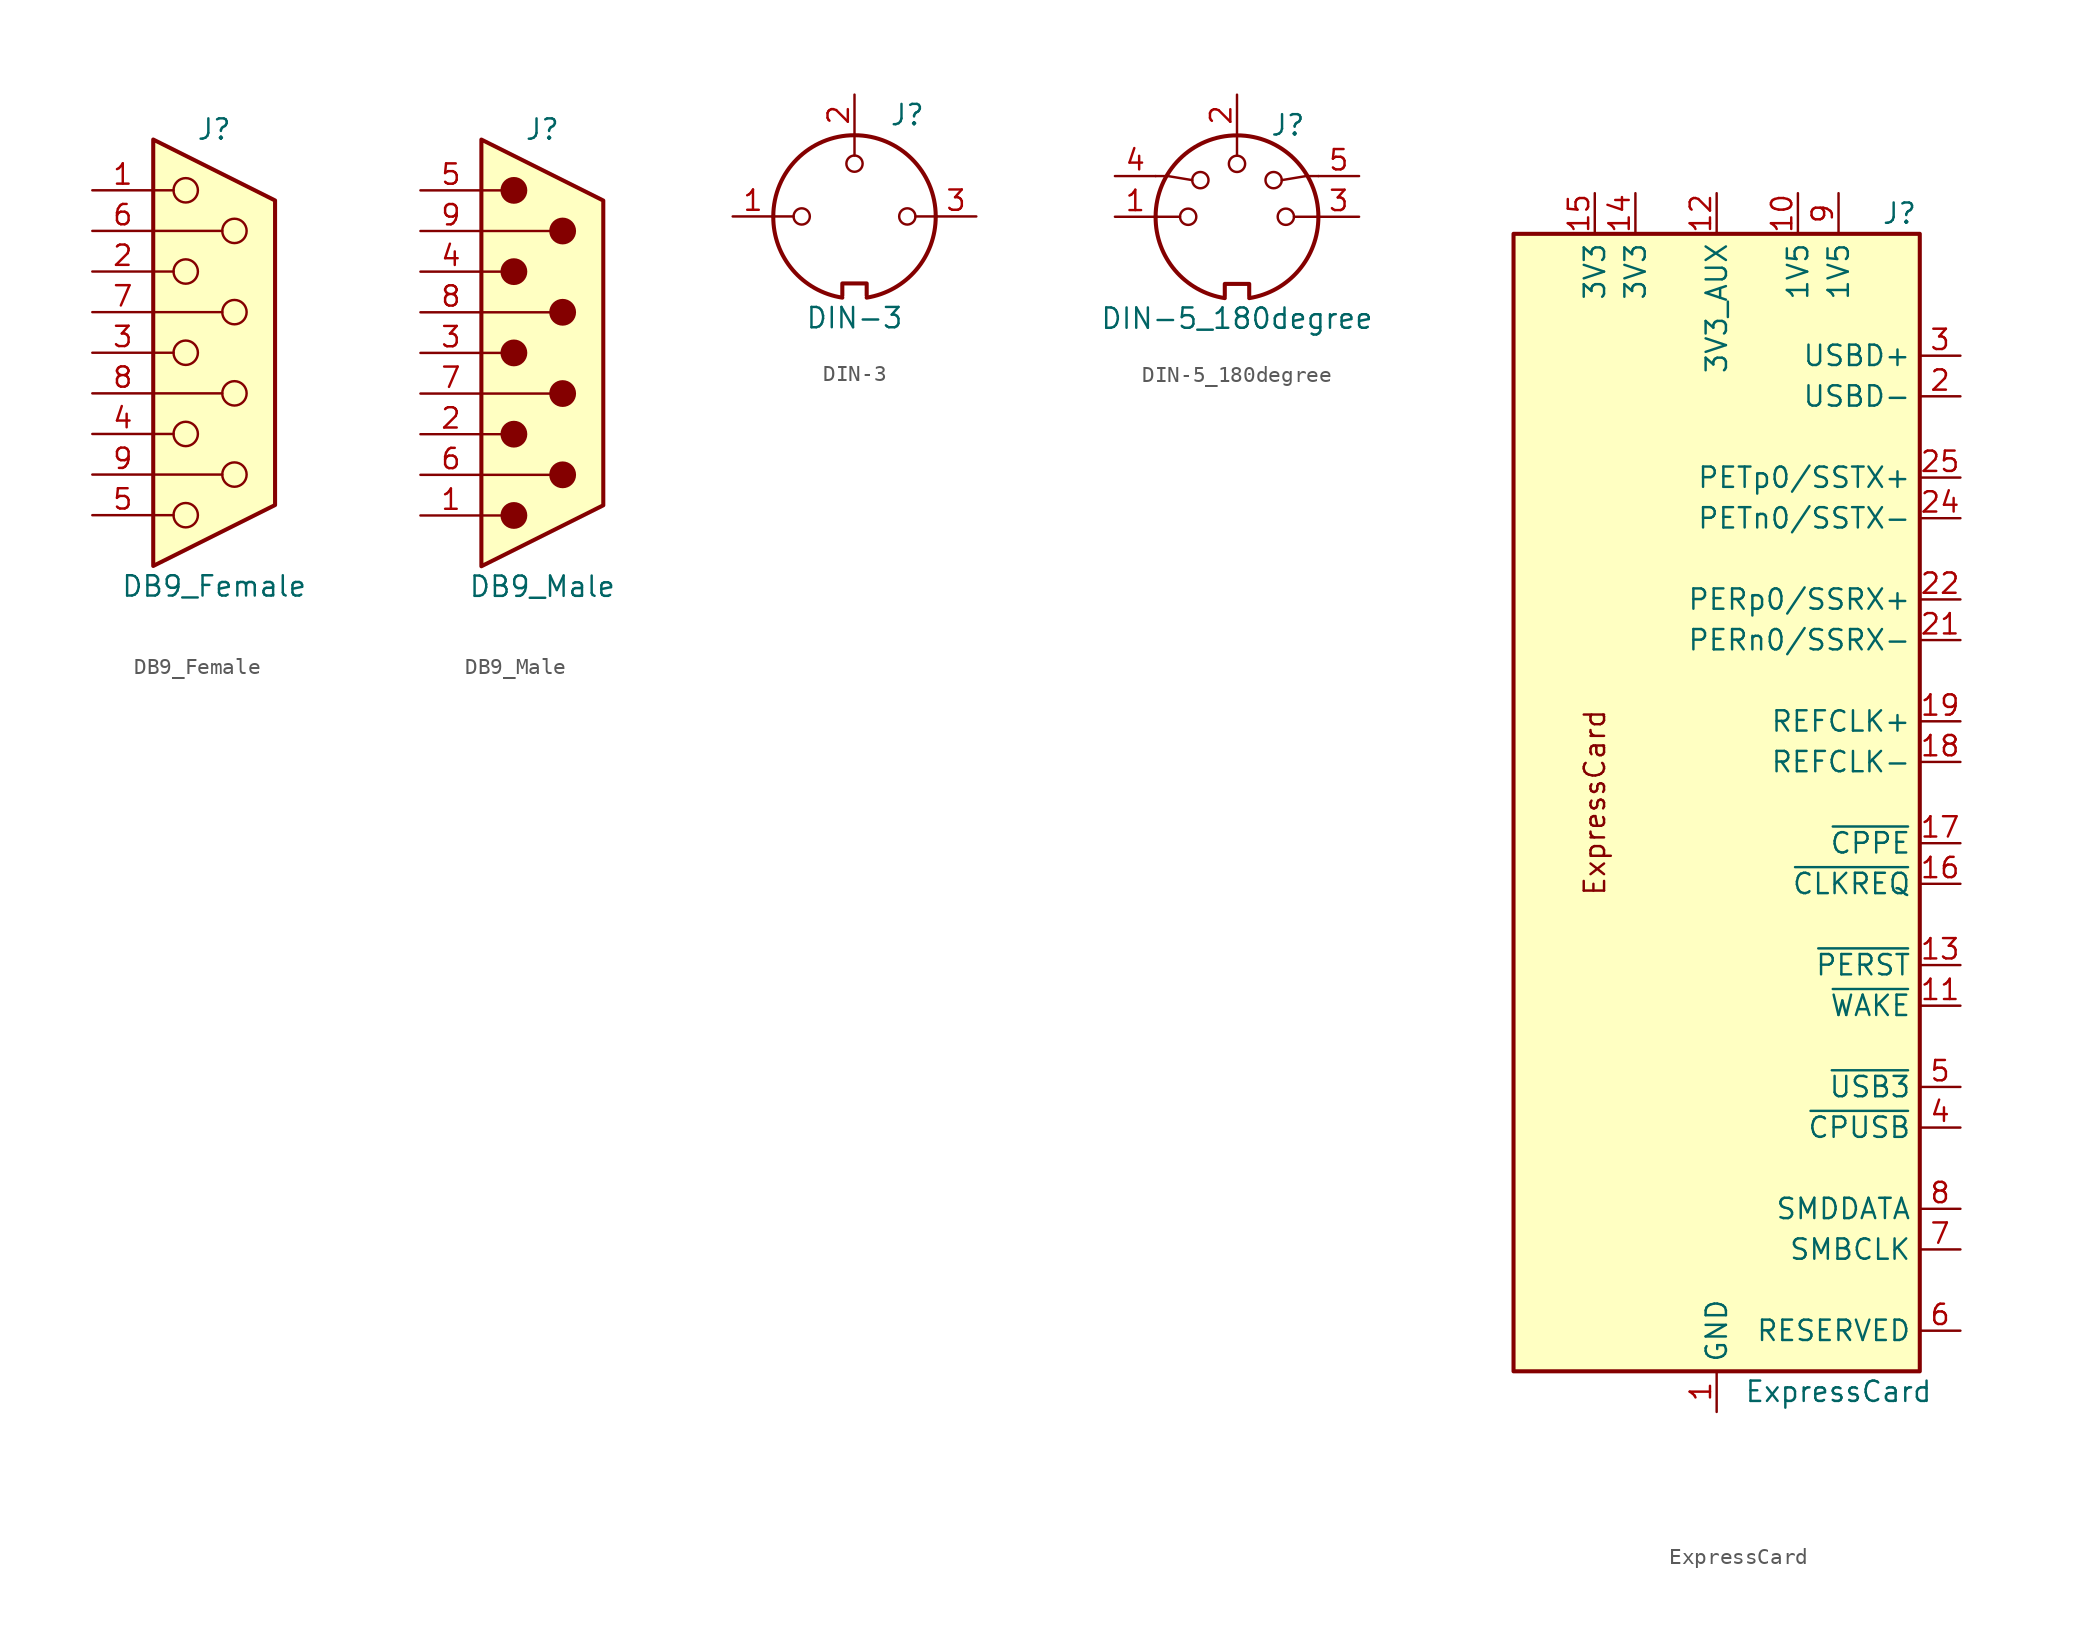
<source format=kicad_sym>
(kicad_symbol_lib
  (version 20201005)
  (generator kicad_symbol_editor)
  (symbol "DB9_Female"
    (pin_names
      (offset 1.016) hide)
    (property "Reference" "J"
      (at 0 13.97 0)
      (effects (font (size 1.27 1.27))))
    (property "Value" "DB9_Female"
      (at 0 -14.605 0)
      (effects (font (size 1.27 1.27))))
    (symbol "DB9_Female_0_1"
      (circle (center -1.778 -10.16) (radius 0.762) (stroke (width 0)) (fill (type none)))
      (circle (center -1.778 -5.08) (radius 0.762) (stroke (width 0)) (fill (type none)))
      (circle (center -1.778 0) (radius 0.762) (stroke (width 0)) (fill (type none)))
      (circle (center -1.778 5.08) (radius 0.762) (stroke (width 0)) (fill (type none)))
      (circle (center -1.778 10.16) (radius 0.762) (stroke (width 0)) (fill (type none)))
      (circle (center 1.27 -7.62) (radius 0.762) (stroke (width 0)) (fill (type none)))
      (circle (center 1.27 -2.54) (radius 0.762) (stroke (width 0)) (fill (type none)))
      (circle (center 1.27 2.54) (radius 0.762) (stroke (width 0)) (fill (type none)))
      (circle (center 1.27 7.62) (radius 0.762) (stroke (width 0)) (fill (type none)))
      (polyline (pts (xy -3.81 -10.16) (xy -2.54 -10.16)) (stroke (width 0)) (fill (type none)))
      (polyline (pts (xy -3.81 -7.62) (xy 0.508 -7.62)) (stroke (width 0)) (fill (type none)))
      (polyline (pts (xy -3.81 -5.08) (xy -2.54 -5.08)) (stroke (width 0)) (fill (type none)))
      (polyline (pts (xy -3.81 -2.54) (xy 0.508 -2.54)) (stroke (width 0)) (fill (type none)))
      (polyline (pts (xy -3.81 0) (xy -2.54 0)) (stroke (width 0)) (fill (type none)))
      (polyline (pts (xy -3.81 2.54) (xy 0.508 2.54)) (stroke (width 0)) (fill (type none)))
      (polyline (pts (xy -3.81 5.08) (xy -2.54 5.08)) (stroke (width 0)) (fill (type none)))
      (polyline (pts (xy -3.81 7.62) (xy 0.508 7.62)) (stroke (width 0)) (fill (type none)))
      (polyline (pts (xy -3.81 10.16) (xy -2.54 10.16)) (stroke (width 0)) (fill (type none)))
      (polyline (pts (xy -3.81 13.335) (xy -3.81 -13.335) (xy 3.81 -9.525) (xy 3.81 9.525) (xy -3.81 13.335)) (stroke (width 0.254)) (fill (type background))))
    (symbol "DB9_Female_1_1"
      (pin passive line (at -7.62 10.16 0) (length 3.81) (name "1" (effects (font (size 1.27 1.27)))) (number "1" (effects (font (size 1.27 1.27)))))
      (pin passive line (at -7.62 5.08 0) (length 3.81) (name "2" (effects (font (size 1.27 1.27)))) (number "2" (effects (font (size 1.27 1.27)))))
      (pin passive line (at -7.62 0 0) (length 3.81) (name "3" (effects (font (size 1.27 1.27)))) (number "3" (effects (font (size 1.27 1.27)))))
      (pin passive line (at -7.62 -5.08 0) (length 3.81) (name "4" (effects (font (size 1.27 1.27)))) (number "4" (effects (font (size 1.27 1.27)))))
      (pin passive line (at -7.62 -10.16 0) (length 3.81) (name "5" (effects (font (size 1.27 1.27)))) (number "5" (effects (font (size 1.27 1.27)))))
      (pin passive line (at -7.62 7.62 0) (length 3.81) (name "6" (effects (font (size 1.27 1.27)))) (number "6" (effects (font (size 1.27 1.27)))))
      (pin passive line (at -7.62 2.54 0) (length 3.81) (name "7" (effects (font (size 1.27 1.27)))) (number "7" (effects (font (size 1.27 1.27)))))
      (pin passive line (at -7.62 -2.54 0) (length 3.81) (name "8" (effects (font (size 1.27 1.27)))) (number "8" (effects (font (size 1.27 1.27)))))
      (pin passive line (at -7.62 -7.62 0) (length 3.81) (name "9" (effects (font (size 1.27 1.27)))) (number "9" (effects (font (size 1.27 1.27)))))))
  (symbol "DB9_Male"
    (pin_names
      (offset 1.016) hide)
    (property "Reference" "J"
      (at 0 13.97 0)
      (effects (font (size 1.27 1.27))))
    (property "Value" "DB9_Male"
      (at 0 -14.605 0)
      (effects (font (size 1.27 1.27))))
    (symbol "DB9_Male_0_1"
      (circle (center -1.778 -10.16) (radius 0.762) (stroke (width 0)) (fill (type outline)))
      (circle (center -1.778 -5.08) (radius 0.762) (stroke (width 0)) (fill (type outline)))
      (circle (center -1.778 0) (radius 0.762) (stroke (width 0)) (fill (type outline)))
      (circle (center -1.778 5.08) (radius 0.762) (stroke (width 0)) (fill (type outline)))
      (circle (center -1.778 10.16) (radius 0.762) (stroke (width 0)) (fill (type outline)))
      (circle (center 1.27 -7.62) (radius 0.762) (stroke (width 0)) (fill (type outline)))
      (circle (center 1.27 -2.54) (radius 0.762) (stroke (width 0)) (fill (type outline)))
      (circle (center 1.27 2.54) (radius 0.762) (stroke (width 0)) (fill (type outline)))
      (circle (center 1.27 7.62) (radius 0.762) (stroke (width 0)) (fill (type outline)))
      (polyline (pts (xy -3.81 -10.16) (xy -2.54 -10.16)) (stroke (width 0)) (fill (type none)))
      (polyline (pts (xy -3.81 -7.62) (xy 0.508 -7.62)) (stroke (width 0)) (fill (type none)))
      (polyline (pts (xy -3.81 -5.08) (xy -2.54 -5.08)) (stroke (width 0)) (fill (type none)))
      (polyline (pts (xy -3.81 -2.54) (xy 0.508 -2.54)) (stroke (width 0)) (fill (type none)))
      (polyline (pts (xy -3.81 0) (xy -2.54 0)) (stroke (width 0)) (fill (type none)))
      (polyline (pts (xy -3.81 2.54) (xy 0.508 2.54)) (stroke (width 0)) (fill (type none)))
      (polyline (pts (xy -3.81 5.08) (xy -2.54 5.08)) (stroke (width 0)) (fill (type none)))
      (polyline (pts (xy -3.81 7.62) (xy 0.508 7.62)) (stroke (width 0)) (fill (type none)))
      (polyline (pts (xy -3.81 10.16) (xy -2.54 10.16)) (stroke (width 0)) (fill (type none)))
      (polyline (pts (xy -3.81 -13.335) (xy -3.81 13.335) (xy 3.81 9.525) (xy 3.81 -9.525) (xy -3.81 -13.335)) (stroke (width 0.254)) (fill (type background))))
    (symbol "DB9_Male_1_1"
      (pin passive line (at -7.62 -10.16 0) (length 3.81) (name "1" (effects (font (size 1.27 1.27)))) (number "1" (effects (font (size 1.27 1.27)))))
      (pin passive line (at -7.62 -5.08 0) (length 3.81) (name "2" (effects (font (size 1.27 1.27)))) (number "2" (effects (font (size 1.27 1.27)))))
      (pin passive line (at -7.62 0 0) (length 3.81) (name "3" (effects (font (size 1.27 1.27)))) (number "3" (effects (font (size 1.27 1.27)))))
      (pin passive line (at -7.62 5.08 0) (length 3.81) (name "4" (effects (font (size 1.27 1.27)))) (number "4" (effects (font (size 1.27 1.27)))))
      (pin passive line (at -7.62 10.16 0) (length 3.81) (name "5" (effects (font (size 1.27 1.27)))) (number "5" (effects (font (size 1.27 1.27)))))
      (pin passive line (at -7.62 -7.62 0) (length 3.81) (name "6" (effects (font (size 1.27 1.27)))) (number "6" (effects (font (size 1.27 1.27)))))
      (pin passive line (at -7.62 -2.54 0) (length 3.81) (name "7" (effects (font (size 1.27 1.27)))) (number "7" (effects (font (size 1.27 1.27)))))
      (pin passive line (at -7.62 2.54 0) (length 3.81) (name "8" (effects (font (size 1.27 1.27)))) (number "8" (effects (font (size 1.27 1.27)))))
      (pin passive line (at -7.62 7.62 0) (length 3.81) (name "9" (effects (font (size 1.27 1.27)))) (number "9" (effects (font (size 1.27 1.27)))))))
  (symbol "DIN-3"
    (pin_names
      (offset 1.016))
    (property "Reference" "J"
      (at 3.302 6.35 0)
      (effects (font (size 1.27 1.27))))
    (property "Value" "DIN-3"
      (at 0 -6.35 0)
      (effects (font (size 1.27 1.27))))
    (symbol "DIN-3_0_1"
      (arc (start 0.762 -5.08) (end 5.08 0) (radius (at -0.0254 -0.0254) (length 5.1054) (angles -81.1 0.3)) (stroke (width 0.254)) (fill (type none)))
      (arc (start 5.08 0) (end -5.08 0) (radius (at 0 0) (length 5.08) (angles 0.1 179.9)) (stroke (width 0.254)) (fill (type none)))
      (arc (start -5.08 0) (end -0.762 -5.08) (radius (at 0.0254 -0.0254) (length 5.1054) (angles 179.7 -98.9)) (stroke (width 0.254)) (fill (type none)))
      (circle (center -3.302 0) (radius 0.508) (stroke (width 0)) (fill (type none)))
      (circle (center 0 3.302) (radius 0.508) (stroke (width 0)) (fill (type none)))
      (circle (center 3.302 0) (radius 0.508) (stroke (width 0)) (fill (type none)))
      (polyline (pts (xy -3.81 0) (xy -5.08 0)) (stroke (width 0)) (fill (type none)))
      (polyline (pts (xy 0 3.81) (xy 0 5.08)) (stroke (width 0)) (fill (type none)))
      (polyline (pts (xy 5.08 0) (xy 3.81 0)) (stroke (width 0)) (fill (type none)))
      (polyline (pts (xy -0.762 -4.953) (xy -0.762 -4.191) (xy 0.762 -4.191) (xy 0.762 -4.953)) (stroke (width 0.254)) (fill (type none))))
    (symbol "DIN-3_1_1"
      (pin passive line (at -7.62 0 0) (length 2.54) (name "~" (effects (font (size 1.27 1.27)))) (number "1" (effects (font (size 1.27 1.27)))))
      (pin passive line (at 0 7.62 270) (length 2.54) (name "~" (effects (font (size 1.27 1.27)))) (number "2" (effects (font (size 1.27 1.27)))))
      (pin passive line (at 7.62 0 180) (length 2.54) (name "~" (effects (font (size 1.27 1.27)))) (number "3" (effects (font (size 1.27 1.27)))))))
  (symbol "DIN-5_180degree"
    (pin_names
      (offset 1.016))
    (property "Reference" "J"
      (at 3.175 5.715 0)
      (effects (font (size 1.27 1.27))))
    (property "Value" "DIN-5_180degree"
      (at 0 -6.35 0)
      (effects (font (size 1.27 1.27))))
    (symbol "DIN-5_180degree_0_1"
      (arc (start 0.762 -5.08) (end 5.08 0) (radius (at -0.0254 -0.0254) (length 5.1054) (angles -81.1 0.3)) (stroke (width 0.254)) (fill (type none)))
      (arc (start 5.08 0) (end -5.08 0) (radius (at 0 0) (length 5.08) (angles 0.1 179.9)) (stroke (width 0.254)) (fill (type none)))
      (arc (start -5.08 0) (end -0.762 -5.08) (radius (at 0.0254 -0.0254) (length 5.1054) (angles 179.7 -98.9)) (stroke (width 0.254)) (fill (type none)))
      (circle (center -3.048 0) (radius 0.508) (stroke (width 0)) (fill (type none)))
      (circle (center -2.286 2.286) (radius 0.508) (stroke (width 0)) (fill (type none)))
      (circle (center 0 3.302) (radius 0.508) (stroke (width 0)) (fill (type none)))
      (circle (center 2.286 2.286) (radius 0.508) (stroke (width 0)) (fill (type none)))
      (circle (center 3.048 0) (radius 0.508) (stroke (width 0)) (fill (type none)))
      (polyline (pts (xy -5.08 0) (xy -3.556 0)) (stroke (width 0)) (fill (type none)))
      (polyline (pts (xy 0 5.08) (xy 0 3.81)) (stroke (width 0)) (fill (type none)))
      (polyline (pts (xy 5.08 0) (xy 3.556 0)) (stroke (width 0)) (fill (type none)))
      (polyline (pts (xy -5.08 2.54) (xy -4.318 2.54) (xy -2.794 2.286)) (stroke (width 0)) (fill (type none)))
      (polyline (pts (xy 5.08 2.54) (xy 4.318 2.54) (xy 2.794 2.286)) (stroke (width 0)) (fill (type none)))
      (polyline (pts (xy -0.762 -4.953) (xy -0.762 -4.191) (xy 0.762 -4.191) (xy 0.762 -4.953)) (stroke (width 0.254)) (fill (type none))))
    (symbol "DIN-5_180degree_1_1"
      (pin passive line (at -7.62 0 0) (length 2.54) (name "~" (effects (font (size 1.27 1.27)))) (number "1" (effects (font (size 1.27 1.27)))))
      (pin passive line (at 0 7.62 270) (length 2.54) (name "~" (effects (font (size 1.27 1.27)))) (number "2" (effects (font (size 1.27 1.27)))))
      (pin passive line (at 7.62 0 180) (length 2.54) (name "~" (effects (font (size 1.27 1.27)))) (number "3" (effects (font (size 1.27 1.27)))))
      (pin passive line (at -7.62 2.54 0) (length 2.54) (name "~" (effects (font (size 1.27 1.27)))) (number "4" (effects (font (size 1.27 1.27)))))
      (pin passive line (at 7.62 2.54 180) (length 2.54) (name "~" (effects (font (size 1.27 1.27)))) (number "5" (effects (font (size 1.27 1.27)))))))
  (symbol "ExpressCard"
    (property "Reference" "J"
      (at 11.43 36.83 0)
      (effects (font (size 1.27 1.27))))
    (property "Value" "ExpressCard"
      (at 7.62 -36.83 0)
      (effects (font (size 1.27 1.27))))
    (symbol "ExpressCard_0_0"
      (text "ExpressCard" (at -7.62 0 900) (effects (font (size 1.27 1.27)))))
    (symbol "ExpressCard_0_1"
      (rectangle (start -12.7 35.56) (end 12.7 -35.56) (stroke (width 0.254)) (fill (type background))))
    (symbol "ExpressCard_1_1"
      (pin power_out line (at 0 -38.1 90) (length 2.54) (name "GND" (effects (font (size 1.27 1.27)))) (number "1" (effects (font (size 1.27 1.27)))))
      (pin power_out line (at 5.08 38.1 270) (length 2.54) (name "1V5" (effects (font (size 1.27 1.27)))) (number "10" (effects (font (size 1.27 1.27)))))
      (pin input line (at 15.24 -12.7 180) (length 2.54) (name "~WAKE" (effects (font (size 1.27 1.27)))) (number "11" (effects (font (size 1.27 1.27)))))
      (pin power_out line (at 0 38.1 270) (length 2.54) (name "3V3_AUX" (effects (font (size 1.27 1.27)))) (number "12" (effects (font (size 1.27 1.27)))))
      (pin output line (at 15.24 -10.16 180) (length 2.54) (name "~PERST" (effects (font (size 1.27 1.27)))) (number "13" (effects (font (size 1.27 1.27)))))
      (pin power_out line (at -5.08 38.1 270) (length 2.54) (name "3V3" (effects (font (size 1.27 1.27)))) (number "14" (effects (font (size 1.27 1.27)))))
      (pin power_out line (at -7.62 38.1 270) (length 2.54) (name "3V3" (effects (font (size 1.27 1.27)))) (number "15" (effects (font (size 1.27 1.27)))))
      (pin input line (at 15.24 -5.08 180) (length 2.54) (name "~CLKREQ" (effects (font (size 1.27 1.27)))) (number "16" (effects (font (size 1.27 1.27)))))
      (pin input line (at 15.24 -2.54 180) (length 2.54) (name "~CPPE" (effects (font (size 1.27 1.27)))) (number "17" (effects (font (size 1.27 1.27)))))
      (pin output line (at 15.24 2.54 180) (length 2.54) (name "REFCLK-" (effects (font (size 1.27 1.27)))) (number "18" (effects (font (size 1.27 1.27)))))
      (pin output line (at 15.24 5.08 180) (length 2.54) (name "REFCLK+" (effects (font (size 1.27 1.27)))) (number "19" (effects (font (size 1.27 1.27)))))
      (pin bidirectional line (at 15.24 25.4 180) (length 2.54) (name "USBD-" (effects (font (size 1.27 1.27)))) (number "2" (effects (font (size 1.27 1.27)))))
      (pin passive line (at 0 -38.1 90) (length 2.54) hide (name "GND" (effects (font (size 1.27 1.27)))) (number "20" (effects (font (size 1.27 1.27)))))
      (pin input line (at 15.24 10.16 180) (length 2.54) (name "PERn0/SSRX-" (effects (font (size 1.27 1.27)))) (number "21" (effects (font (size 1.27 1.27)))))
      (pin input line (at 15.24 12.7 180) (length 2.54) (name "PERp0/SSRX+" (effects (font (size 1.27 1.27)))) (number "22" (effects (font (size 1.27 1.27)))))
      (pin passive line (at 0 -38.1 90) (length 2.54) hide (name "GND" (effects (font (size 1.27 1.27)))) (number "23" (effects (font (size 1.27 1.27)))))
      (pin output line (at 15.24 17.78 180) (length 2.54) (name "PETn0/SSTX-" (effects (font (size 1.27 1.27)))) (number "24" (effects (font (size 1.27 1.27)))))
      (pin output line (at 15.24 20.32 180) (length 2.54) (name "PETp0/SSTX+" (effects (font (size 1.27 1.27)))) (number "25" (effects (font (size 1.27 1.27)))))
      (pin passive line (at 0 -38.1 90) (length 2.54) hide (name "GND" (effects (font (size 1.27 1.27)))) (number "26" (effects (font (size 1.27 1.27)))))
      (pin bidirectional line (at 15.24 27.94 180) (length 2.54) (name "USBD+" (effects (font (size 1.27 1.27)))) (number "3" (effects (font (size 1.27 1.27)))))
      (pin input line (at 15.24 -20.32 180) (length 2.54) (name "~CPUSB" (effects (font (size 1.27 1.27)))) (number "4" (effects (font (size 1.27 1.27)))))
      (pin bidirectional line (at 15.24 -17.78 180) (length 2.54) (name "~USB3" (effects (font (size 1.27 1.27)))) (number "5" (effects (font (size 1.27 1.27)))))
      (pin passive line (at 15.24 -33.02 180) (length 2.54) (name "RESERVED" (effects (font (size 1.27 1.27)))) (number "6" (effects (font (size 1.27 1.27)))))
      (pin output line (at 15.24 -27.94 180) (length 2.54) (name "SMBCLK" (effects (font (size 1.27 1.27)))) (number "7" (effects (font (size 1.27 1.27)))))
      (pin bidirectional line (at 15.24 -25.4 180) (length 2.54) (name "SMDDATA" (effects (font (size 1.27 1.27)))) (number "8" (effects (font (size 1.27 1.27)))))
      (pin power_out line (at 7.62 38.1 270) (length 2.54) (name "1V5" (effects (font (size 1.27 1.27)))) (number "9" (effects (font (size 1.27 1.27))))))))
</source>
